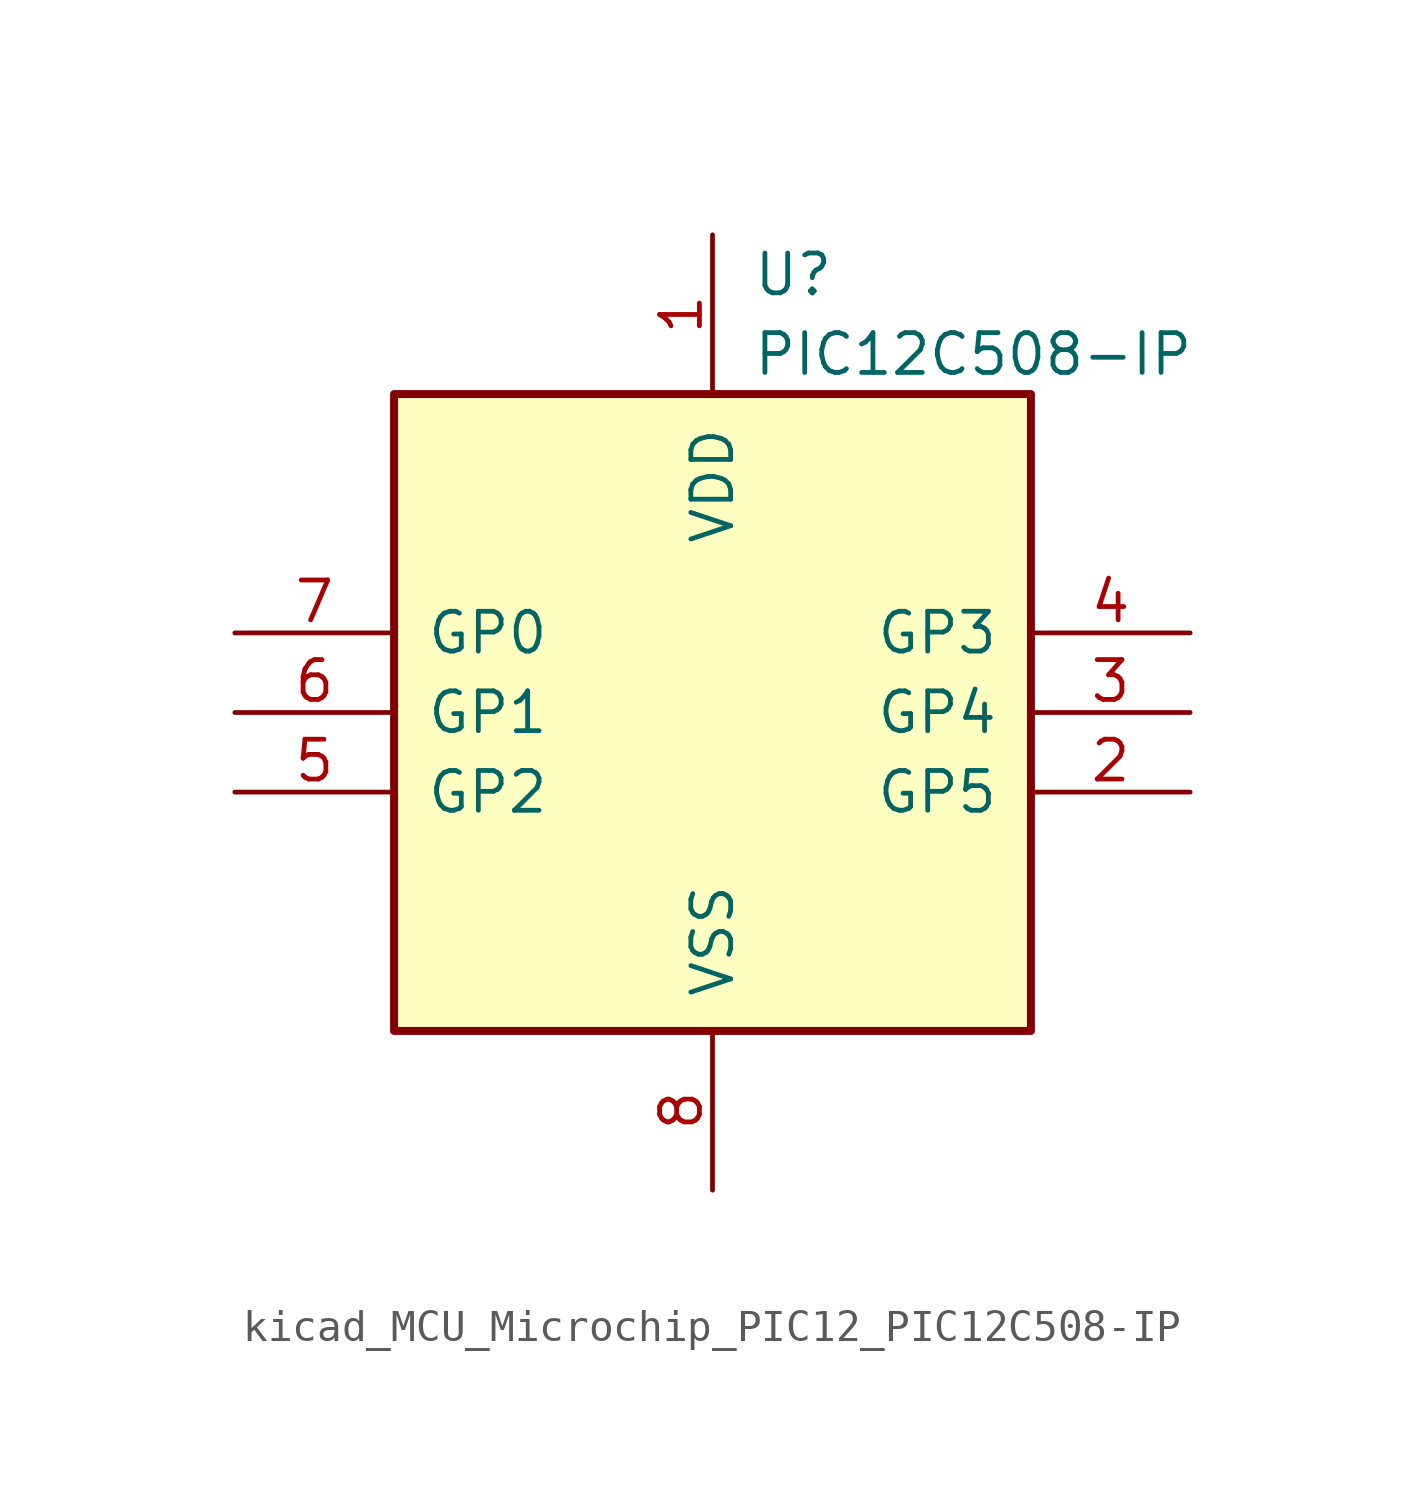
<source format=kicad_sym>
(kicad_symbol_lib
  (version 20220914)
  (generator kicad_symbol_editor)
  (symbol "kicad_MCU_Microchip_PIC12_PIC12C508-IP"
    (pin_names
      (offset 1.016))
    (property "Reference" "U"
      (at 1.27 13.97 0)
      (effects (font (size 1.27 1.27)) (justify left)))
    (property "Value" "PIC12C508-IP"
      (at 1.27 11.43 0)
      (effects (font (size 1.27 1.27)) (justify left)))
    (symbol "kicad_MCU_Microchip_PIC12_PIC12C508-IP_0_1"
      (rectangle (start 10.16 -10.16) (end -10.16 10.16) (stroke (width 0.254) (type default)) (fill (type background))))
    (symbol "kicad_MCU_Microchip_PIC12_PIC12C508-IP_1_1"
      (pin power_in line (at 0 15.24 270) (length 5.08) (name "VDD" (effects (font (size 1.27 1.27)))) (number "1" (effects (font (size 1.27 1.27)))))
      (pin bidirectional line (at 15.24 -2.54 180) (length 5.08) (name "GP5" (effects (font (size 1.27 1.27)))) (number "2" (effects (font (size 1.27 1.27)))))
      (pin bidirectional line (at 15.24 0 180) (length 5.08) (name "GP4" (effects (font (size 1.27 1.27)))) (number "3" (effects (font (size 1.27 1.27)))))
      (pin input line (at 15.24 2.54 180) (length 5.08) (name "GP3" (effects (font (size 1.27 1.27)))) (number "4" (effects (font (size 1.27 1.27)))))
      (pin bidirectional line (at -15.24 -2.54 0) (length 5.08) (name "GP2" (effects (font (size 1.27 1.27)))) (number "5" (effects (font (size 1.27 1.27)))))
      (pin bidirectional line (at -15.24 0 0) (length 5.08) (name "GP1" (effects (font (size 1.27 1.27)))) (number "6" (effects (font (size 1.27 1.27)))))
      (pin bidirectional line (at -15.24 2.54 0) (length 5.08) (name "GP0" (effects (font (size 1.27 1.27)))) (number "7" (effects (font (size 1.27 1.27)))))
      (pin power_in line (at 0 -15.24 90) (length 5.08) (name "VSS" (effects (font (size 1.27 1.27)))) (number "8" (effects (font (size 1.27 1.27))))))))
</source>
